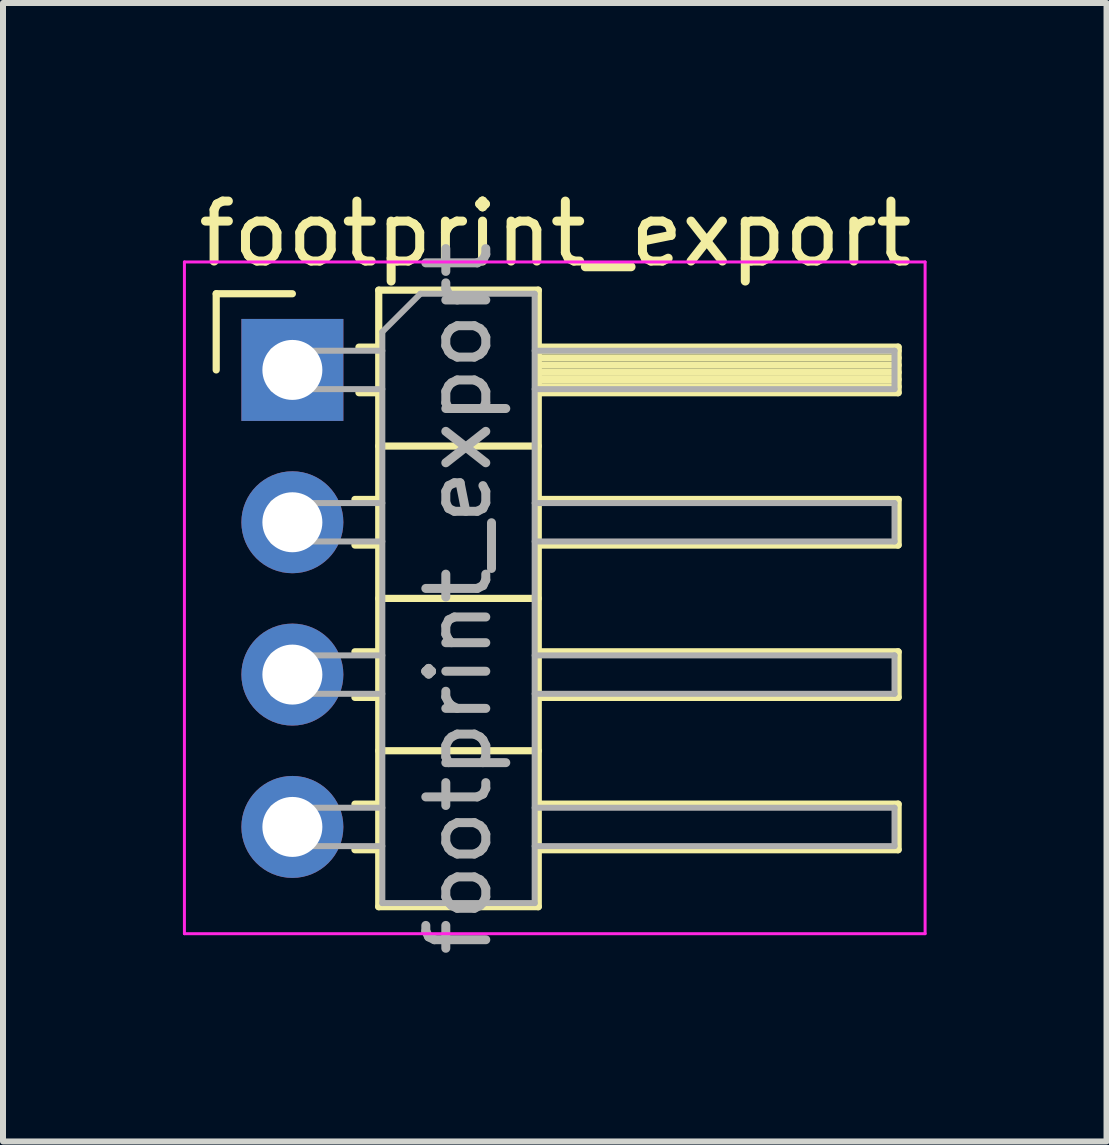
<source format=kicad_pcb>
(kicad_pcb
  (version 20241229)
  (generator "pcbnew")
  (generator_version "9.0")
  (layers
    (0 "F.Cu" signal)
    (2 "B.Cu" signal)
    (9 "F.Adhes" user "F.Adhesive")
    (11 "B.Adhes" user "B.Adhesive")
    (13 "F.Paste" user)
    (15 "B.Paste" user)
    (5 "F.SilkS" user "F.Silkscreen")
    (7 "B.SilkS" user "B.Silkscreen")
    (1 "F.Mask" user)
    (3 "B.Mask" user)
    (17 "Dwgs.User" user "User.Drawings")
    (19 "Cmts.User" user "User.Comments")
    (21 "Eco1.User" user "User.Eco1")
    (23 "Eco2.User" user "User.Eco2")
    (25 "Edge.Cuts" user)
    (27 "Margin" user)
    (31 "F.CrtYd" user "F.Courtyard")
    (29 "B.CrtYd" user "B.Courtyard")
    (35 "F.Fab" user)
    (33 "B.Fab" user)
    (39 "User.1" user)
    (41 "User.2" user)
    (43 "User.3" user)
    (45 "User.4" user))
  (footprint "footprint_export"
    (layer "F.Cu")
    (at 1.825 3.118)
    (property "Reference" "footprint_export" (at 4.385 -2.27 0) (layer "F.SilkS") (effects (font (size 1 1) (thickness 0.15))))
    (attr through_hole)
    (fp_line (start -1.27 -1.27) (end 0 -1.27) (stroke (width 0.12) (type solid)) (layer "F.SilkS"))
    (fp_line (start -1.27 0) (end -1.27 -1.27) (stroke (width 0.12) (type solid)) (layer "F.SilkS"))
    (fp_line (start 1.043 2.16) (end 1.44 2.16) (stroke (width 0.12) (type solid)) (layer "F.SilkS"))
    (fp_line (start 1.043 2.92) (end 1.44 2.92) (stroke (width 0.12) (type solid)) (layer "F.SilkS"))
    (fp_line (start 1.043 4.7) (end 1.44 4.7) (stroke (width 0.12) (type solid)) (layer "F.SilkS"))
    (fp_line (start 1.043 5.46) (end 1.44 5.46) (stroke (width 0.12) (type solid)) (layer "F.SilkS"))
    (fp_line (start 1.043 7.24) (end 1.44 7.24) (stroke (width 0.12) (type solid)) (layer "F.SilkS"))
    (fp_line (start 1.043 8) (end 1.44 8) (stroke (width 0.12) (type solid)) (layer "F.SilkS"))
    (fp_line (start 1.11 -0.38) (end 1.44 -0.38) (stroke (width 0.12) (type solid)) (layer "F.SilkS"))
    (fp_line (start 1.11 0.38) (end 1.44 0.38) (stroke (width 0.12) (type solid)) (layer "F.SilkS"))
    (fp_line (start 1.44 -1.33) (end 1.44 8.95) (stroke (width 0.12) (type solid)) (layer "F.SilkS"))
    (fp_line (start 1.44 1.27) (end 4.1 1.27) (stroke (width 0.12) (type solid)) (layer "F.SilkS"))
    (fp_line (start 1.44 3.81) (end 4.1 3.81) (stroke (width 0.12) (type solid)) (layer "F.SilkS"))
    (fp_line (start 1.44 6.35) (end 4.1 6.35) (stroke (width 0.12) (type solid)) (layer "F.SilkS"))
    (fp_line (start 1.44 8.95) (end 4.1 8.95) (stroke (width 0.12) (type solid)) (layer "F.SilkS"))
    (fp_line (start 4.1 -1.33) (end 1.44 -1.33) (stroke (width 0.12) (type solid)) (layer "F.SilkS"))
    (fp_line (start 4.1 -0.38) (end 10.1 -0.38) (stroke (width 0.12) (type solid)) (layer "F.SilkS"))
    (fp_line (start 4.1 -0.32) (end 10.1 -0.32) (stroke (width 0.12) (type solid)) (layer "F.SilkS"))
    (fp_line (start 4.1 -0.2) (end 10.1 -0.2) (stroke (width 0.12) (type solid)) (layer "F.SilkS"))
    (fp_line (start 4.1 -0.08) (end 10.1 -0.08) (stroke (width 0.12) (type solid)) (layer "F.SilkS"))
    (fp_line (start 4.1 0.04) (end 10.1 0.04) (stroke (width 0.12) (type solid)) (layer "F.SilkS"))
    (fp_line (start 4.1 0.16) (end 10.1 0.16) (stroke (width 0.12) (type solid)) (layer "F.SilkS"))
    (fp_line (start 4.1 0.28) (end 10.1 0.28) (stroke (width 0.12) (type solid)) (layer "F.SilkS"))
    (fp_line (start 4.1 2.16) (end 10.1 2.16) (stroke (width 0.12) (type solid)) (layer "F.SilkS"))
    (fp_line (start 4.1 4.7) (end 10.1 4.7) (stroke (width 0.12) (type solid)) (layer "F.SilkS"))
    (fp_line (start 4.1 7.24) (end 10.1 7.24) (stroke (width 0.12) (type solid)) (layer "F.SilkS"))
    (fp_line (start 4.1 8.95) (end 4.1 -1.33) (stroke (width 0.12) (type solid)) (layer "F.SilkS"))
    (fp_line (start 10.1 -0.38) (end 10.1 0.38) (stroke (width 0.12) (type solid)) (layer "F.SilkS"))
    (fp_line (start 10.1 0.38) (end 4.1 0.38) (stroke (width 0.12) (type solid)) (layer "F.SilkS"))
    (fp_line (start 10.1 2.16) (end 10.1 2.92) (stroke (width 0.12) (type solid)) (layer "F.SilkS"))
    (fp_line (start 10.1 2.92) (end 4.1 2.92) (stroke (width 0.12) (type solid)) (layer "F.SilkS"))
    (fp_line (start 10.1 4.7) (end 10.1 5.46) (stroke (width 0.12) (type solid)) (layer "F.SilkS"))
    (fp_line (start 10.1 5.46) (end 4.1 5.46) (stroke (width 0.12) (type solid)) (layer "F.SilkS"))
    (fp_line (start 10.1 7.24) (end 10.1 8) (stroke (width 0.12) (type solid)) (layer "F.SilkS"))
    (fp_line (start 10.1 8) (end 4.1 8) (stroke (width 0.12) (type solid)) (layer "F.SilkS"))
    (fp_line (start -1.8 -1.8) (end -1.8 9.4) (stroke (width 0.05) (type solid)) (layer "F.CrtYd"))
    (fp_line (start -1.8 9.4) (end 10.55 9.4) (stroke (width 0.05) (type solid)) (layer "F.CrtYd"))
    (fp_line (start 10.55 -1.8) (end -1.8 -1.8) (stroke (width 0.05) (type solid)) (layer "F.CrtYd"))
    (fp_line (start 10.55 9.4) (end 10.55 -1.8) (stroke (width 0.05) (type solid)) (layer "F.CrtYd"))
    (fp_line (start -0.32 -0.32) (end -0.32 0.32) (stroke (width 0.1) (type solid)) (layer "F.Fab"))
    (fp_line (start -0.32 -0.32) (end 1.5 -0.32) (stroke (width 0.1) (type solid)) (layer "F.Fab"))
    (fp_line (start -0.32 0.32) (end 1.5 0.32) (stroke (width 0.1) (type solid)) (layer "F.Fab"))
    (fp_line (start -0.32 2.22) (end -0.32 2.86) (stroke (width 0.1) (type solid)) (layer "F.Fab"))
    (fp_line (start -0.32 2.22) (end 1.5 2.22) (stroke (width 0.1) (type solid)) (layer "F.Fab"))
    (fp_line (start -0.32 2.86) (end 1.5 2.86) (stroke (width 0.1) (type solid)) (layer "F.Fab"))
    (fp_line (start -0.32 4.76) (end -0.32 5.4) (stroke (width 0.1) (type solid)) (layer "F.Fab"))
    (fp_line (start -0.32 4.76) (end 1.5 4.76) (stroke (width 0.1) (type solid)) (layer "F.Fab"))
    (fp_line (start -0.32 5.4) (end 1.5 5.4) (stroke (width 0.1) (type solid)) (layer "F.Fab"))
    (fp_line (start -0.32 7.3) (end -0.32 7.94) (stroke (width 0.1) (type solid)) (layer "F.Fab"))
    (fp_line (start -0.32 7.3) (end 1.5 7.3) (stroke (width 0.1) (type solid)) (layer "F.Fab"))
    (fp_line (start -0.32 7.94) (end 1.5 7.94) (stroke (width 0.1) (type solid)) (layer "F.Fab"))
    (fp_line (start 1.5 -0.635) (end 2.135 -1.27) (stroke (width 0.1) (type solid)) (layer "F.Fab"))
    (fp_line (start 1.5 8.89) (end 1.5 -0.635) (stroke (width 0.1) (type solid)) (layer "F.Fab"))
    (fp_line (start 2.135 -1.27) (end 4.04 -1.27) (stroke (width 0.1) (type solid)) (layer "F.Fab"))
    (fp_line (start 4.04 -1.27) (end 4.04 8.89) (stroke (width 0.1) (type solid)) (layer "F.Fab"))
    (fp_line (start 4.04 -0.32) (end 10.04 -0.32) (stroke (width 0.1) (type solid)) (layer "F.Fab"))
    (fp_line (start 4.04 0.32) (end 10.04 0.32) (stroke (width 0.1) (type solid)) (layer "F.Fab"))
    (fp_line (start 4.04 2.22) (end 10.04 2.22) (stroke (width 0.1) (type solid)) (layer "F.Fab"))
    (fp_line (start 4.04 2.86) (end 10.04 2.86) (stroke (width 0.1) (type solid)) (layer "F.Fab"))
    (fp_line (start 4.04 4.76) (end 10.04 4.76) (stroke (width 0.1) (type solid)) (layer "F.Fab"))
    (fp_line (start 4.04 5.4) (end 10.04 5.4) (stroke (width 0.1) (type solid)) (layer "F.Fab"))
    (fp_line (start 4.04 7.3) (end 10.04 7.3) (stroke (width 0.1) (type solid)) (layer "F.Fab"))
    (fp_line (start 4.04 7.94) (end 10.04 7.94) (stroke (width 0.1) (type solid)) (layer "F.Fab"))
    (fp_line (start 4.04 8.89) (end 1.5 8.89) (stroke (width 0.1) (type solid)) (layer "F.Fab"))
    (fp_line (start 10.04 -0.32) (end 10.04 0.32) (stroke (width 0.1) (type solid)) (layer "F.Fab"))
    (fp_line (start 10.04 2.22) (end 10.04 2.86) (stroke (width 0.1) (type solid)) (layer "F.Fab"))
    (fp_line (start 10.04 4.76) (end 10.04 5.4) (stroke (width 0.1) (type solid)) (layer "F.Fab"))
    (fp_line (start 10.04 7.3) (end 10.04 7.94) (stroke (width 0.1) (type solid)) (layer "F.Fab"))
    (fp_text user "${REFERENCE}" (at 2.77 3.81 90) (layer "F.Fab") (effects (font (size 1 1) (thickness 0.15))))
    (pad "1" thru_hole rect (at 0 0) (size 1.7 1.7) (drill 1) (layers "*.Cu" "*.Mask"))
    (pad "2" thru_hole oval (at 0 2.54) (size 1.7 1.7) (drill 1) (layers "*.Cu" "*.Mask"))
    (pad "3" thru_hole oval (at 0 5.08) (size 1.7 1.7) (drill 1) (layers "*.Cu" "*.Mask"))
    (pad "4" thru_hole oval (at 0 7.62) (size 1.7 1.7) (drill 1) (layers "*.Cu" "*.Mask")))
  (gr_rect
    (start -3 -3)
    (end 15.4 15.982)
    (stroke (width 0.1) (type default))
    (fill no)
    (layer "Edge.Cuts")))
</source>
